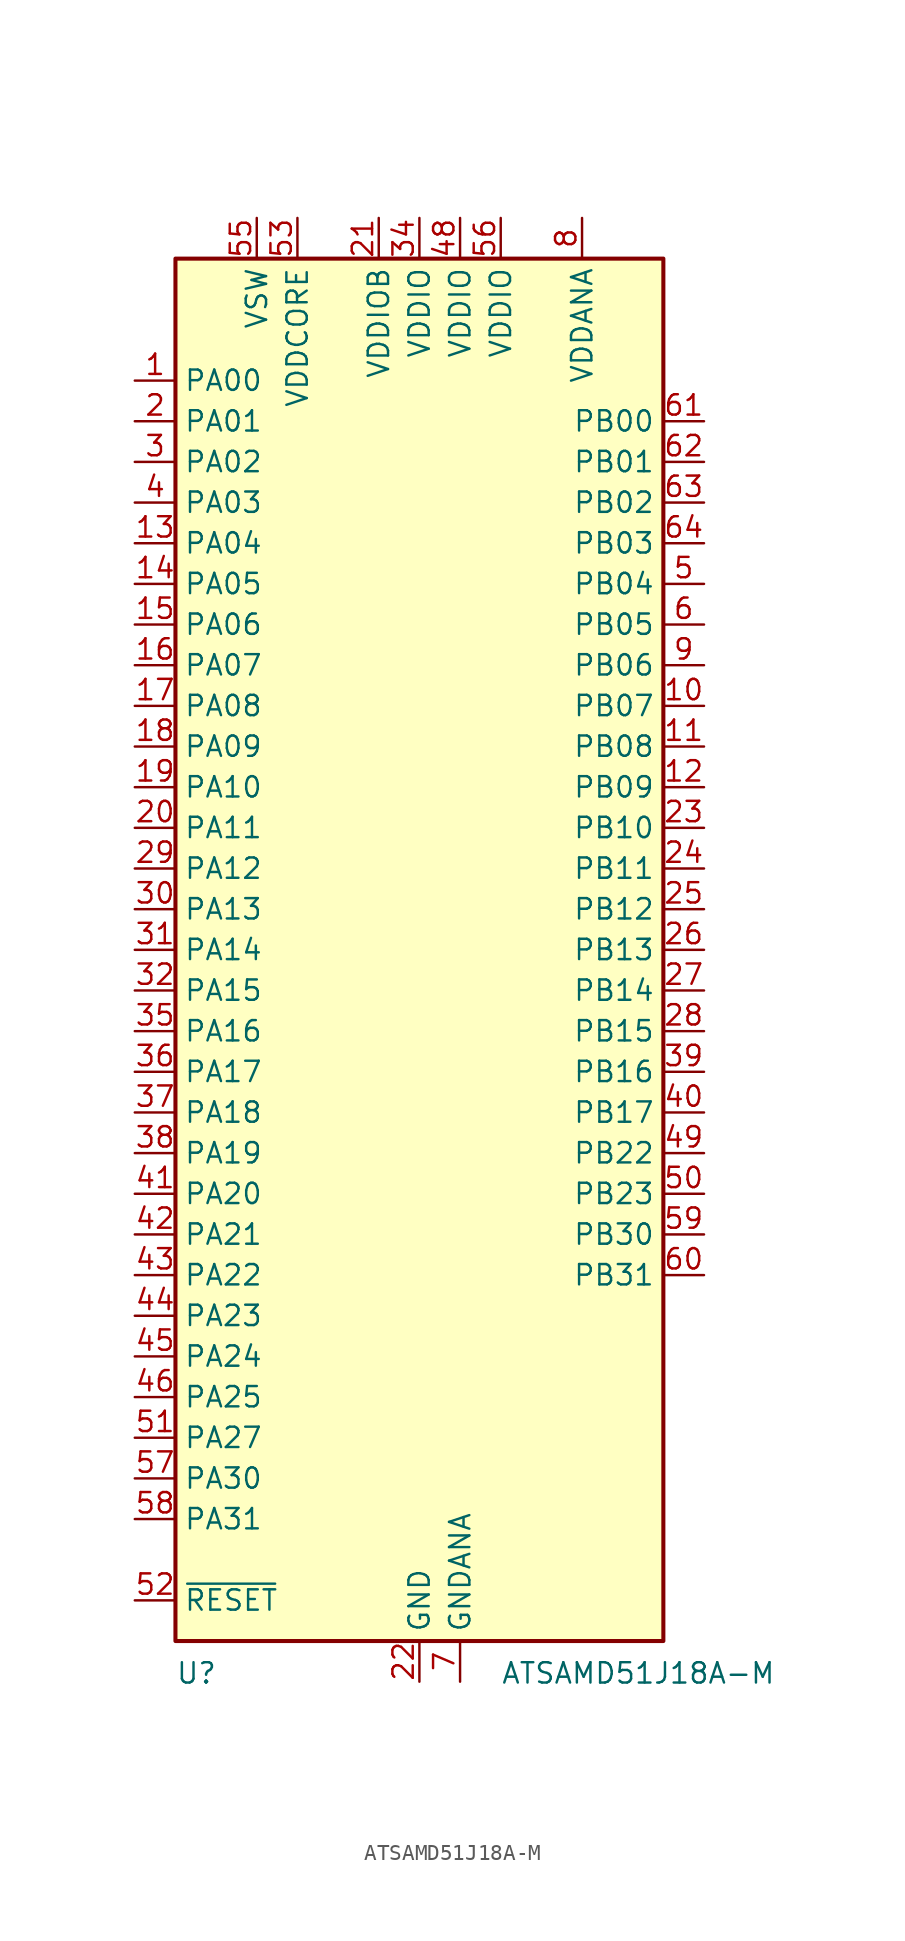
<source format=kicad_sym>
(kicad_symbol_lib
  (version 20220914)
  (generator kicad_symbol_editor)
  (symbol "ATSAMD51J18A-M"
    (property "Reference" "U"
      (at -15.24 -44.45 0)
      (effects (font (size 1.27 1.27)) (justify left top)))
    (property "Value" "ATSAMD51J18A-M"
      (at 5.08 -44.45 0)
      (effects (font (size 1.27 1.27)) (justify left top)))
    (symbol "ATSAMD51J18A-M_0_1"
      (rectangle (start -15.24 43.18) (end 15.24 -43.18) (stroke (width 0.254) (type solid)) (fill (type background))))
    (symbol "ATSAMD51J18A-M_1_0"
      (pin bidirectional line (at 17.78 25.4 180) (length 2.54) (name "PB03" (effects (font (size 1.27 1.27)))) (number "64" (effects (font (size 1.27 1.27))))))
    (symbol "ATSAMD51J18A-M_1_1"
      (pin bidirectional line (at -17.78 35.56 0) (length 2.54) (name "PA00" (effects (font (size 1.27 1.27)))) (number "1" (effects (font (size 1.27 1.27)))))
      (pin bidirectional line (at 17.78 15.24 180) (length 2.54) (name "PB07" (effects (font (size 1.27 1.27)))) (number "10" (effects (font (size 1.27 1.27)))))
      (pin bidirectional line (at 17.78 12.7 180) (length 2.54) (name "PB08" (effects (font (size 1.27 1.27)))) (number "11" (effects (font (size 1.27 1.27)))))
      (pin bidirectional line (at 17.78 10.16 180) (length 2.54) (name "PB09" (effects (font (size 1.27 1.27)))) (number "12" (effects (font (size 1.27 1.27)))))
      (pin bidirectional line (at -17.78 25.4 0) (length 2.54) (name "PA04" (effects (font (size 1.27 1.27)))) (number "13" (effects (font (size 1.27 1.27)))))
      (pin bidirectional line (at -17.78 22.86 0) (length 2.54) (name "PA05" (effects (font (size 1.27 1.27)))) (number "14" (effects (font (size 1.27 1.27)))))
      (pin bidirectional line (at -17.78 20.32 0) (length 2.54) (name "PA06" (effects (font (size 1.27 1.27)))) (number "15" (effects (font (size 1.27 1.27)))))
      (pin bidirectional line (at -17.78 17.78 0) (length 2.54) (name "PA07" (effects (font (size 1.27 1.27)))) (number "16" (effects (font (size 1.27 1.27)))))
      (pin bidirectional line (at -17.78 15.24 0) (length 2.54) (name "PA08" (effects (font (size 1.27 1.27)))) (number "17" (effects (font (size 1.27 1.27)))))
      (pin bidirectional line (at -17.78 12.7 0) (length 2.54) (name "PA09" (effects (font (size 1.27 1.27)))) (number "18" (effects (font (size 1.27 1.27)))))
      (pin bidirectional line (at -17.78 10.16 0) (length 2.54) (name "PA10" (effects (font (size 1.27 1.27)))) (number "19" (effects (font (size 1.27 1.27)))))
      (pin bidirectional line (at -17.78 33.02 0) (length 2.54) (name "PA01" (effects (font (size 1.27 1.27)))) (number "2" (effects (font (size 1.27 1.27)))))
      (pin bidirectional line (at -17.78 7.62 0) (length 2.54) (name "PA11" (effects (font (size 1.27 1.27)))) (number "20" (effects (font (size 1.27 1.27)))))
      (pin power_in line (at -2.54 45.72 270) (length 2.54) (name "VDDIOB" (effects (font (size 1.27 1.27)))) (number "21" (effects (font (size 1.27 1.27)))))
      (pin power_in line (at 0 -45.72 90) (length 2.54) (name "GND" (effects (font (size 1.27 1.27)))) (number "22" (effects (font (size 1.27 1.27)))))
      (pin bidirectional line (at 17.78 7.62 180) (length 2.54) (name "PB10" (effects (font (size 1.27 1.27)))) (number "23" (effects (font (size 1.27 1.27)))))
      (pin bidirectional line (at 17.78 5.08 180) (length 2.54) (name "PB11" (effects (font (size 1.27 1.27)))) (number "24" (effects (font (size 1.27 1.27)))))
      (pin bidirectional line (at 17.78 2.54 180) (length 2.54) (name "PB12" (effects (font (size 1.27 1.27)))) (number "25" (effects (font (size 1.27 1.27)))))
      (pin bidirectional line (at 17.78 0 180) (length 2.54) (name "PB13" (effects (font (size 1.27 1.27)))) (number "26" (effects (font (size 1.27 1.27)))))
      (pin bidirectional line (at 17.78 -2.54 180) (length 2.54) (name "PB14" (effects (font (size 1.27 1.27)))) (number "27" (effects (font (size 1.27 1.27)))))
      (pin bidirectional line (at 17.78 -5.08 180) (length 2.54) (name "PB15" (effects (font (size 1.27 1.27)))) (number "28" (effects (font (size 1.27 1.27)))))
      (pin bidirectional line (at -17.78 5.08 0) (length 2.54) (name "PA12" (effects (font (size 1.27 1.27)))) (number "29" (effects (font (size 1.27 1.27)))))
      (pin bidirectional line (at -17.78 30.48 0) (length 2.54) (name "PA02" (effects (font (size 1.27 1.27)))) (number "3" (effects (font (size 1.27 1.27)))))
      (pin bidirectional line (at -17.78 2.54 0) (length 2.54) (name "PA13" (effects (font (size 1.27 1.27)))) (number "30" (effects (font (size 1.27 1.27)))))
      (pin bidirectional line (at -17.78 0 0) (length 2.54) (name "PA14" (effects (font (size 1.27 1.27)))) (number "31" (effects (font (size 1.27 1.27)))))
      (pin bidirectional line (at -17.78 -2.54 0) (length 2.54) (name "PA15" (effects (font (size 1.27 1.27)))) (number "32" (effects (font (size 1.27 1.27)))))
      (pin passive line (at 0 -45.72 90) (length 2.54) hide (name "GND" (effects (font (size 1.27 1.27)))) (number "33" (effects (font (size 1.27 1.27)))))
      (pin power_in line (at 0 45.72 270) (length 2.54) (name "VDDIO" (effects (font (size 1.27 1.27)))) (number "34" (effects (font (size 1.27 1.27)))))
      (pin bidirectional line (at -17.78 -5.08 0) (length 2.54) (name "PA16" (effects (font (size 1.27 1.27)))) (number "35" (effects (font (size 1.27 1.27)))))
      (pin bidirectional line (at -17.78 -7.62 0) (length 2.54) (name "PA17" (effects (font (size 1.27 1.27)))) (number "36" (effects (font (size 1.27 1.27)))))
      (pin bidirectional line (at -17.78 -10.16 0) (length 2.54) (name "PA18" (effects (font (size 1.27 1.27)))) (number "37" (effects (font (size 1.27 1.27)))))
      (pin bidirectional line (at -17.78 -12.7 0) (length 2.54) (name "PA19" (effects (font (size 1.27 1.27)))) (number "38" (effects (font (size 1.27 1.27)))))
      (pin bidirectional line (at 17.78 -7.62 180) (length 2.54) (name "PB16" (effects (font (size 1.27 1.27)))) (number "39" (effects (font (size 1.27 1.27)))))
      (pin bidirectional line (at -17.78 27.94 0) (length 2.54) (name "PA03" (effects (font (size 1.27 1.27)))) (number "4" (effects (font (size 1.27 1.27)))))
      (pin bidirectional line (at 17.78 -10.16 180) (length 2.54) (name "PB17" (effects (font (size 1.27 1.27)))) (number "40" (effects (font (size 1.27 1.27)))))
      (pin bidirectional line (at -17.78 -15.24 0) (length 2.54) (name "PA20" (effects (font (size 1.27 1.27)))) (number "41" (effects (font (size 1.27 1.27)))))
      (pin bidirectional line (at -17.78 -17.78 0) (length 2.54) (name "PA21" (effects (font (size 1.27 1.27)))) (number "42" (effects (font (size 1.27 1.27)))))
      (pin bidirectional line (at -17.78 -20.32 0) (length 2.54) (name "PA22" (effects (font (size 1.27 1.27)))) (number "43" (effects (font (size 1.27 1.27)))))
      (pin bidirectional line (at -17.78 -22.86 0) (length 2.54) (name "PA23" (effects (font (size 1.27 1.27)))) (number "44" (effects (font (size 1.27 1.27)))))
      (pin bidirectional line (at -17.78 -25.4 0) (length 2.54) (name "PA24" (effects (font (size 1.27 1.27)))) (number "45" (effects (font (size 1.27 1.27)))))
      (pin bidirectional line (at -17.78 -27.94 0) (length 2.54) (name "PA25" (effects (font (size 1.27 1.27)))) (number "46" (effects (font (size 1.27 1.27)))))
      (pin passive line (at 0 -45.72 90) (length 2.54) hide (name "GND" (effects (font (size 1.27 1.27)))) (number "47" (effects (font (size 1.27 1.27)))))
      (pin power_in line (at 2.54 45.72 270) (length 2.54) (name "VDDIO" (effects (font (size 1.27 1.27)))) (number "48" (effects (font (size 1.27 1.27)))))
      (pin bidirectional line (at 17.78 -12.7 180) (length 2.54) (name "PB22" (effects (font (size 1.27 1.27)))) (number "49" (effects (font (size 1.27 1.27)))))
      (pin bidirectional line (at 17.78 22.86 180) (length 2.54) (name "PB04" (effects (font (size 1.27 1.27)))) (number "5" (effects (font (size 1.27 1.27)))))
      (pin bidirectional line (at 17.78 -15.24 180) (length 2.54) (name "PB23" (effects (font (size 1.27 1.27)))) (number "50" (effects (font (size 1.27 1.27)))))
      (pin bidirectional line (at -17.78 -30.48 0) (length 2.54) (name "PA27" (effects (font (size 1.27 1.27)))) (number "51" (effects (font (size 1.27 1.27)))))
      (pin input line (at -17.78 -40.64 0) (length 2.54) (name "~{RESET}" (effects (font (size 1.27 1.27)))) (number "52" (effects (font (size 1.27 1.27)))))
      (pin power_out line (at -7.62 45.72 270) (length 2.54) (name "VDDCORE" (effects (font (size 1.27 1.27)))) (number "53" (effects (font (size 1.27 1.27)))))
      (pin passive line (at 0 -45.72 90) (length 2.54) hide (name "GND" (effects (font (size 1.27 1.27)))) (number "54" (effects (font (size 1.27 1.27)))))
      (pin power_in line (at -10.16 45.72 270) (length 2.54) (name "VSW" (effects (font (size 1.27 1.27)))) (number "55" (effects (font (size 1.27 1.27)))))
      (pin power_in line (at 5.08 45.72 270) (length 2.54) (name "VDDIO" (effects (font (size 1.27 1.27)))) (number "56" (effects (font (size 1.27 1.27)))))
      (pin bidirectional line (at -17.78 -33.02 0) (length 2.54) (name "PA30" (effects (font (size 1.27 1.27)))) (number "57" (effects (font (size 1.27 1.27)))))
      (pin bidirectional line (at -17.78 -35.56 0) (length 2.54) (name "PA31" (effects (font (size 1.27 1.27)))) (number "58" (effects (font (size 1.27 1.27)))))
      (pin bidirectional line (at 17.78 -17.78 180) (length 2.54) (name "PB30" (effects (font (size 1.27 1.27)))) (number "59" (effects (font (size 1.27 1.27)))))
      (pin bidirectional line (at 17.78 20.32 180) (length 2.54) (name "PB05" (effects (font (size 1.27 1.27)))) (number "6" (effects (font (size 1.27 1.27)))))
      (pin bidirectional line (at 17.78 -20.32 180) (length 2.54) (name "PB31" (effects (font (size 1.27 1.27)))) (number "60" (effects (font (size 1.27 1.27)))))
      (pin bidirectional line (at 17.78 33.02 180) (length 2.54) (name "PB00" (effects (font (size 1.27 1.27)))) (number "61" (effects (font (size 1.27 1.27)))))
      (pin bidirectional line (at 17.78 30.48 180) (length 2.54) (name "PB01" (effects (font (size 1.27 1.27)))) (number "62" (effects (font (size 1.27 1.27)))))
      (pin bidirectional line (at 17.78 27.94 180) (length 2.54) (name "PB02" (effects (font (size 1.27 1.27)))) (number "63" (effects (font (size 1.27 1.27)))))
      (pin passive line (at 0 -45.72 90) (length 2.54) hide (name "GND" (effects (font (size 1.27 1.27)))) (number "65" (effects (font (size 1.27 1.27)))))
      (pin power_in line (at 2.54 -45.72 90) (length 2.54) (name "GNDANA" (effects (font (size 1.27 1.27)))) (number "7" (effects (font (size 1.27 1.27)))))
      (pin power_in line (at 10.16 45.72 270) (length 2.54) (name "VDDANA" (effects (font (size 1.27 1.27)))) (number "8" (effects (font (size 1.27 1.27)))))
      (pin bidirectional line (at 17.78 17.78 180) (length 2.54) (name "PB06" (effects (font (size 1.27 1.27)))) (number "9" (effects (font (size 1.27 1.27))))))))
</source>
